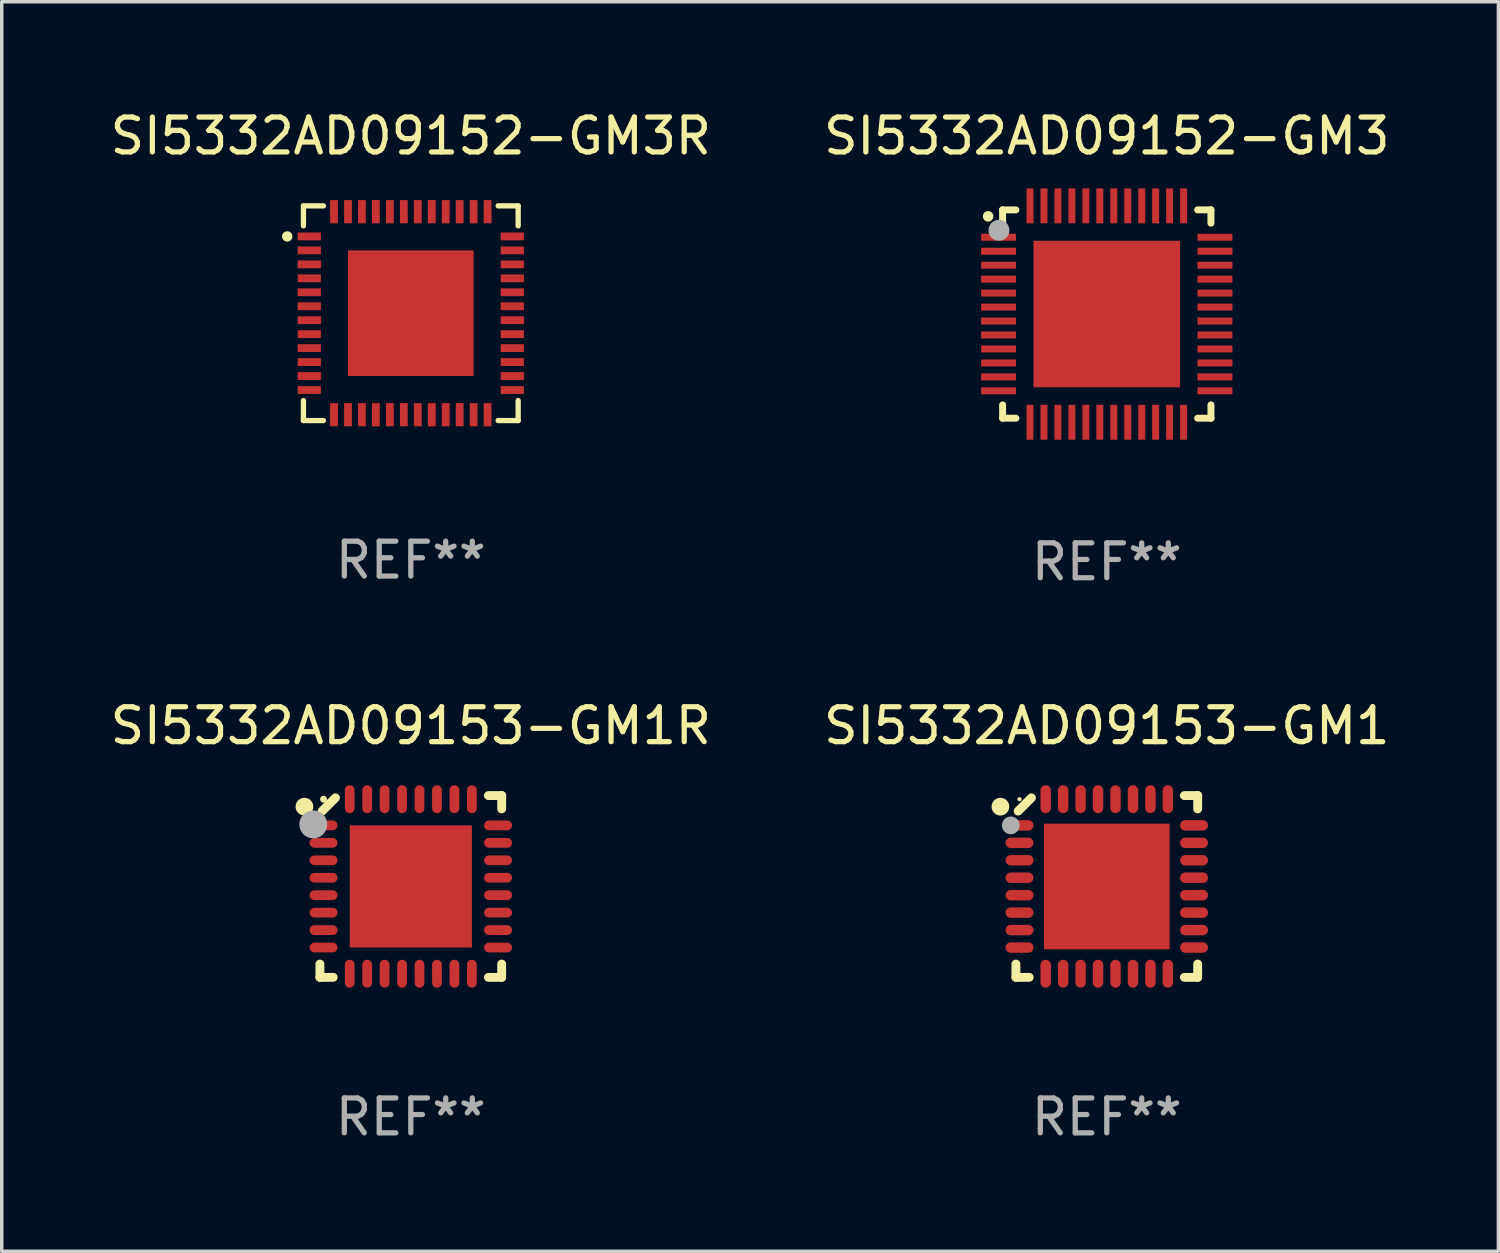
<source format=kicad_pcb>
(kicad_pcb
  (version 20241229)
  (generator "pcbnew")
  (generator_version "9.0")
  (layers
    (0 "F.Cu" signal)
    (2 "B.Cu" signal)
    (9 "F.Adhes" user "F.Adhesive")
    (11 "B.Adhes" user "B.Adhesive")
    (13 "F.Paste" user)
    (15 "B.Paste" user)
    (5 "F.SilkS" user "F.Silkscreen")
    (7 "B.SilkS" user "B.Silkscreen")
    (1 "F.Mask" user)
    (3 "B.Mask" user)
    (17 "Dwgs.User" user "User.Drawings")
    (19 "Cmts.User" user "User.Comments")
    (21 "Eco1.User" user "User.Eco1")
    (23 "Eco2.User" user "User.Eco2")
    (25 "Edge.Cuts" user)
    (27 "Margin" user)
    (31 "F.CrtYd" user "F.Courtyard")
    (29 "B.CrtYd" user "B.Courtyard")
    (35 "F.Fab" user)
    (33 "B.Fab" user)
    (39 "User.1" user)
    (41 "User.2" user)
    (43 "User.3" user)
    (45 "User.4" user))
  (footprint "SI5332AD09152-GM3"
    (layer "F.Cu")
    (at 28.661 5.948)
    (property "Reference" "SI5332AD09152-GM3" (at 0 -5.1 0) (layer "F.SilkS") (effects (font (size 1 1) (thickness 0.15))))
    (attr through_hole)
    (fp_line (start -2.985 -2.985) (end -2.604 -2.985) (stroke (width 0.2) (type solid)) (layer "F.SilkS"))
    (fp_line (start -2.985 -2.604) (end -2.985 -2.985) (stroke (width 0.2) (type solid)) (layer "F.SilkS"))
    (fp_line (start -2.985 2.984) (end -2.985 2.603) (stroke (width 0.2) (type solid)) (layer "F.SilkS"))
    (fp_line (start -2.604 2.984) (end -2.985 2.984) (stroke (width 0.2) (type solid)) (layer "F.SilkS"))
    (fp_line (start 2.603 -2.985) (end 2.984 -2.985) (stroke (width 0.2) (type solid)) (layer "F.SilkS"))
    (fp_line (start 2.984 -2.985) (end 2.984 -2.604) (stroke (width 0.2) (type solid)) (layer "F.SilkS"))
    (fp_line (start 2.984 2.603) (end 2.984 2.984) (stroke (width 0.2) (type solid)) (layer "F.SilkS"))
    (fp_line (start 2.984 2.984) (end 2.603 2.984) (stroke (width 0.2) (type solid)) (layer "F.SilkS"))
    (fp_arc (start -3.400076 -2.797562) (mid -3.400081 -2.798806) (end -3.400076 -2.800051) (stroke (width 0.3) (type solid)) (layer "F.SilkS"))
    (fp_circle (center -3 -3) (end -2.97 -3) (stroke (width 0.06) (type solid)) (fill no) (layer "F.SilkS"))
    (fp_circle (center -3.09 -2.4) (end -2.94 -2.4) (stroke (width 0.3) (type solid)) (fill no) (layer "F.Fab"))
    (fp_text user "REF**" (at 0 7.1 0) (layer "F.Fab") (effects (font (size 1 1) (thickness 0.15))))
    (pad "1" smd rect (at -3.1 -2.2) (size 1 0.2) (layers "F.Cu" "F.Mask" "F.Paste"))
    (pad "2" smd rect (at -3.1 -1.8) (size 1 0.2) (layers "F.Cu" "F.Mask" "F.Paste"))
    (pad "3" smd rect (at -3.1 -1.4) (size 1 0.2) (layers "F.Cu" "F.Mask" "F.Paste"))
    (pad "4" smd rect (at -3.1 -1) (size 1 0.2) (layers "F.Cu" "F.Mask" "F.Paste"))
    (pad "5" smd rect (at -3.1 -0.6) (size 1 0.2) (layers "F.Cu" "F.Mask" "F.Paste"))
    (pad "6" smd rect (at -3.1 -0.2) (size 1 0.2) (layers "F.Cu" "F.Mask" "F.Paste"))
    (pad "7" smd rect (at -3.1 0.2) (size 1 0.2) (layers "F.Cu" "F.Mask" "F.Paste"))
    (pad "8" smd rect (at -3.1 0.6) (size 1 0.2) (layers "F.Cu" "F.Mask" "F.Paste"))
    (pad "9" smd rect (at -3.1 1) (size 1 0.2) (layers "F.Cu" "F.Mask" "F.Paste"))
    (pad "10" smd rect (at -3.1 1.4) (size 1 0.2) (layers "F.Cu" "F.Mask" "F.Paste"))
    (pad "11" smd rect (at -3.1 1.8) (size 1 0.2) (layers "F.Cu" "F.Mask" "F.Paste"))
    (pad "12" smd rect (at -3.1 2.2) (size 1 0.2) (layers "F.Cu" "F.Mask" "F.Paste"))
    (pad "13" smd rect (at -2.2 3.1) (size 0.2 1) (layers "F.Cu" "F.Mask" "F.Paste"))
    (pad "14" smd rect (at -1.8 3.1) (size 0.2 1) (layers "F.Cu" "F.Mask" "F.Paste"))
    (pad "15" smd rect (at -1.4 3.1) (size 0.2 1) (layers "F.Cu" "F.Mask" "F.Paste"))
    (pad "16" smd rect (at -1 3.1) (size 0.2 1) (layers "F.Cu" "F.Mask" "F.Paste"))
    (pad "17" smd rect (at -0.6 3.1) (size 0.2 1) (layers "F.Cu" "F.Mask" "F.Paste"))
    (pad "18" smd rect (at -0.2 3.1) (size 0.2 1) (layers "F.Cu" "F.Mask" "F.Paste"))
    (pad "19" smd rect (at 0.2 3.1) (size 0.2 1) (layers "F.Cu" "F.Mask" "F.Paste"))
    (pad "20" smd rect (at 0.6 3.1) (size 0.2 1) (layers "F.Cu" "F.Mask" "F.Paste"))
    (pad "21" smd rect (at 1 3.1) (size 0.2 1) (layers "F.Cu" "F.Mask" "F.Paste"))
    (pad "22" smd rect (at 1.4 3.1) (size 0.2 1) (layers "F.Cu" "F.Mask" "F.Paste"))
    (pad "23" smd rect (at 1.8 3.1) (size 0.2 1) (layers "F.Cu" "F.Mask" "F.Paste"))
    (pad "24" smd rect (at 2.2 3.1) (size 0.2 1) (layers "F.Cu" "F.Mask" "F.Paste"))
    (pad "25" smd rect (at 3.1 2.2) (size 1 0.2) (layers "F.Cu" "F.Mask" "F.Paste"))
    (pad "26" smd rect (at 3.1 1.8) (size 1 0.2) (layers "F.Cu" "F.Mask" "F.Paste"))
    (pad "27" smd rect (at 3.1 1.4) (size 1 0.2) (layers "F.Cu" "F.Mask" "F.Paste"))
    (pad "28" smd rect (at 3.1 1) (size 1 0.2) (layers "F.Cu" "F.Mask" "F.Paste"))
    (pad "29" smd rect (at 3.1 0.6) (size 1 0.2) (layers "F.Cu" "F.Mask" "F.Paste"))
    (pad "30" smd rect (at 3.1 0.2) (size 1 0.2) (layers "F.Cu" "F.Mask" "F.Paste"))
    (pad "31" smd rect (at 3.1 -0.2) (size 1 0.2) (layers "F.Cu" "F.Mask" "F.Paste"))
    (pad "32" smd rect (at 3.1 -0.6) (size 1 0.2) (layers "F.Cu" "F.Mask" "F.Paste"))
    (pad "33" smd rect (at 3.1 -1) (size 1 0.2) (layers "F.Cu" "F.Mask" "F.Paste"))
    (pad "34" smd rect (at 3.1 -1.4) (size 1 0.2) (layers "F.Cu" "F.Mask" "F.Paste"))
    (pad "35" smd rect (at 3.1 -1.8) (size 1 0.2) (layers "F.Cu" "F.Mask" "F.Paste"))
    (pad "36" smd rect (at 3.1 -2.2) (size 1 0.2) (layers "F.Cu" "F.Mask" "F.Paste"))
    (pad "37" smd rect (at 2.2 -3.1) (size 0.2 1) (layers "F.Cu" "F.Mask" "F.Paste"))
    (pad "38" smd rect (at 1.8 -3.1) (size 0.2 1) (layers "F.Cu" "F.Mask" "F.Paste"))
    (pad "39" smd rect (at 1.4 -3.1) (size 0.2 1) (layers "F.Cu" "F.Mask" "F.Paste"))
    (pad "40" smd rect (at 1 -3.1) (size 0.2 1) (layers "F.Cu" "F.Mask" "F.Paste"))
    (pad "41" smd rect (at 0.6 -3.1) (size 0.2 1) (layers "F.Cu" "F.Mask" "F.Paste"))
    (pad "42" smd rect (at 0.2 -3.1) (size 0.2 1) (layers "F.Cu" "F.Mask" "F.Paste"))
    (pad "43" smd rect (at -0.2 -3.1) (size 0.2 1) (layers "F.Cu" "F.Mask" "F.Paste"))
    (pad "44" smd rect (at -0.6 -3.1) (size 0.2 1) (layers "F.Cu" "F.Mask" "F.Paste"))
    (pad "45" smd rect (at -1 -3.1) (size 0.2 1) (layers "F.Cu" "F.Mask" "F.Paste"))
    (pad "46" smd rect (at -1.4 -3.1) (size 0.2 1) (layers "F.Cu" "F.Mask" "F.Paste"))
    (pad "47" smd rect (at -1.8 -3.1) (size 0.2 1) (layers "F.Cu" "F.Mask" "F.Paste"))
    (pad "48" smd rect (at -2.2 -3.1) (size 0.2 1) (layers "F.Cu" "F.Mask" "F.Paste"))
    (pad "49" smd rect (at -0.000127 0) (size 4.2 4.2) (layers "F.Cu" "F.Mask" "F.Paste")))
  (footprint "SI5332AD09152-GM3R"
    (layer "F.Cu")
    (at 8.72 5.924)
    (property "Reference" "SI5332AD09152-GM3R" (at 0 -5.076 0) (layer "F.SilkS") (effects (font (size 1 1) (thickness 0.15))))
    (attr through_hole)
    (fp_line (start -3.076 -3.076) (end -3.076 -2.503) (stroke (width 0.152) (type solid)) (layer "F.SilkS"))
    (fp_line (start -3.076 3.076) (end -3.076 2.503) (stroke (width 0.152) (type solid)) (layer "F.SilkS"))
    (fp_line (start -2.503 -3.076) (end -3.076 -3.076) (stroke (width 0.152) (type solid)) (layer "F.SilkS"))
    (fp_line (start -2.503 3.076) (end -3.076 3.076) (stroke (width 0.152) (type solid)) (layer "F.SilkS"))
    (fp_line (start 2.503 -3.076) (end 3.076 -3.076) (stroke (width 0.152) (type solid)) (layer "F.SilkS"))
    (fp_line (start 2.503 3.076) (end 3.076 3.076) (stroke (width 0.152) (type solid)) (layer "F.SilkS"))
    (fp_line (start 3.076 -3.076) (end 3.076 -2.503) (stroke (width 0.152) (type solid)) (layer "F.SilkS"))
    (fp_line (start 3.076 3.076) (end 3.076 2.503) (stroke (width 0.152) (type solid)) (layer "F.SilkS"))
    (fp_circle (center -3.54 -2.2) (end -3.465 -2.2) (stroke (width 0.15) (type solid)) (fill no) (layer "F.SilkS"))
    (fp_text user "REF**" (at 0 7.076 0) (layer "F.Fab") (effects (font (size 1 1) (thickness 0.15))))
    (pad "1" smd rect (at -2.908 -2.2) (size 0.665 0.224) (layers "F.Cu" "F.Mask" "F.Paste"))
    (pad "2" smd rect (at -2.908 -1.8) (size 0.665 0.224) (layers "F.Cu" "F.Mask" "F.Paste"))
    (pad "3" smd rect (at -2.908 -1.4) (size 0.665 0.224) (layers "F.Cu" "F.Mask" "F.Paste"))
    (pad "4" smd rect (at -2.908 -1) (size 0.665 0.224) (layers "F.Cu" "F.Mask" "F.Paste"))
    (pad "5" smd rect (at -2.908 -0.6) (size 0.665 0.224) (layers "F.Cu" "F.Mask" "F.Paste"))
    (pad "6" smd rect (at -2.908 -0.2) (size 0.665 0.224) (layers "F.Cu" "F.Mask" "F.Paste"))
    (pad "7" smd rect (at -2.908 0.2) (size 0.665 0.224) (layers "F.Cu" "F.Mask" "F.Paste"))
    (pad "8" smd rect (at -2.908 0.6) (size 0.665 0.224) (layers "F.Cu" "F.Mask" "F.Paste"))
    (pad "9" smd rect (at -2.908 1) (size 0.665 0.224) (layers "F.Cu" "F.Mask" "F.Paste"))
    (pad "10" smd rect (at -2.908 1.4) (size 0.665 0.224) (layers "F.Cu" "F.Mask" "F.Paste"))
    (pad "11" smd rect (at -2.908 1.8) (size 0.665 0.224) (layers "F.Cu" "F.Mask" "F.Paste"))
    (pad "12" smd rect (at -2.908 2.2) (size 0.665 0.224) (layers "F.Cu" "F.Mask" "F.Paste"))
    (pad "13" smd rect (at -2.2 2.908) (size 0.224 0.665) (layers "F.Cu" "F.Mask" "F.Paste"))
    (pad "14" smd rect (at -1.8 2.908) (size 0.224 0.665) (layers "F.Cu" "F.Mask" "F.Paste"))
    (pad "15" smd rect (at -1.4 2.908) (size 0.224 0.665) (layers "F.Cu" "F.Mask" "F.Paste"))
    (pad "16" smd rect (at -1 2.908) (size 0.224 0.665) (layers "F.Cu" "F.Mask" "F.Paste"))
    (pad "17" smd rect (at -0.6 2.908) (size 0.224 0.665) (layers "F.Cu" "F.Mask" "F.Paste"))
    (pad "18" smd rect (at -0.2 2.908) (size 0.224 0.665) (layers "F.Cu" "F.Mask" "F.Paste"))
    (pad "19" smd rect (at 0.2 2.908) (size 0.224 0.665) (layers "F.Cu" "F.Mask" "F.Paste"))
    (pad "20" smd rect (at 0.6 2.908) (size 0.224 0.665) (layers "F.Cu" "F.Mask" "F.Paste"))
    (pad "21" smd rect (at 1 2.908) (size 0.224 0.665) (layers "F.Cu" "F.Mask" "F.Paste"))
    (pad "22" smd rect (at 1.4 2.908) (size 0.224 0.665) (layers "F.Cu" "F.Mask" "F.Paste"))
    (pad "23" smd rect (at 1.8 2.908) (size 0.224 0.665) (layers "F.Cu" "F.Mask" "F.Paste"))
    (pad "24" smd rect (at 2.2 2.908) (size 0.224 0.665) (layers "F.Cu" "F.Mask" "F.Paste"))
    (pad "25" smd rect (at 2.908 2.2) (size 0.665 0.224) (layers "F.Cu" "F.Mask" "F.Paste"))
    (pad "26" smd rect (at 2.908 1.8) (size 0.665 0.224) (layers "F.Cu" "F.Mask" "F.Paste"))
    (pad "27" smd rect (at 2.908 1.4) (size 0.665 0.224) (layers "F.Cu" "F.Mask" "F.Paste"))
    (pad "28" smd rect (at 2.908 1) (size 0.665 0.224) (layers "F.Cu" "F.Mask" "F.Paste"))
    (pad "29" smd rect (at 2.908 0.6) (size 0.665 0.224) (layers "F.Cu" "F.Mask" "F.Paste"))
    (pad "30" smd rect (at 2.908 0.2) (size 0.665 0.224) (layers "F.Cu" "F.Mask" "F.Paste"))
    (pad "31" smd rect (at 2.908 -0.2) (size 0.665 0.224) (layers "F.Cu" "F.Mask" "F.Paste"))
    (pad "32" smd rect (at 2.908 -0.6) (size 0.665 0.224) (layers "F.Cu" "F.Mask" "F.Paste"))
    (pad "33" smd rect (at 2.908 -1) (size 0.665 0.224) (layers "F.Cu" "F.Mask" "F.Paste"))
    (pad "34" smd rect (at 2.908 -1.4) (size 0.665 0.224) (layers "F.Cu" "F.Mask" "F.Paste"))
    (pad "35" smd rect (at 2.908 -1.8) (size 0.665 0.224) (layers "F.Cu" "F.Mask" "F.Paste"))
    (pad "36" smd rect (at 2.908 -2.2) (size 0.665 0.224) (layers "F.Cu" "F.Mask" "F.Paste"))
    (pad "37" smd rect (at 2.2 -2.908) (size 0.224 0.665) (layers "F.Cu" "F.Mask" "F.Paste"))
    (pad "38" smd rect (at 1.8 -2.908) (size 0.224 0.665) (layers "F.Cu" "F.Mask" "F.Paste"))
    (pad "39" smd rect (at 1.4 -2.908) (size 0.224 0.665) (layers "F.Cu" "F.Mask" "F.Paste"))
    (pad "40" smd rect (at 1 -2.908) (size 0.224 0.665) (layers "F.Cu" "F.Mask" "F.Paste"))
    (pad "41" smd rect (at 0.6 -2.908) (size 0.224 0.665) (layers "F.Cu" "F.Mask" "F.Paste"))
    (pad "42" smd rect (at 0.2 -2.908) (size 0.224 0.665) (layers "F.Cu" "F.Mask" "F.Paste"))
    (pad "43" smd rect (at -0.2 -2.908) (size 0.224 0.665) (layers "F.Cu" "F.Mask" "F.Paste"))
    (pad "44" smd rect (at -0.6 -2.908) (size 0.224 0.665) (layers "F.Cu" "F.Mask" "F.Paste"))
    (pad "45" smd rect (at -1 -2.908) (size 0.224 0.665) (layers "F.Cu" "F.Mask" "F.Paste"))
    (pad "46" smd rect (at -1.4 -2.908) (size 0.224 0.665) (layers "F.Cu" "F.Mask" "F.Paste"))
    (pad "47" smd rect (at -1.8 -2.908) (size 0.224 0.665) (layers "F.Cu" "F.Mask" "F.Paste"))
    (pad "48" smd rect (at -2.2 -2.908) (size 0.224 0.665) (layers "F.Cu" "F.Mask" "F.Paste"))
    (pad "49" smd rect (at 0 0) (size 3.6 3.6) (layers "F.Cu" "F.Mask" "F.Paste")))
  (footprint "SI5332AD09153-GM1"
    (layer "F.Cu")
    (at 28.661 22.348)
    (property "Reference" "SI5332AD09153-GM1" (at 0 -4.604 0) (layer "F.SilkS") (effects (font (size 1 1) (thickness 0.15))))
    (attr through_hole)
    (fp_line (start -2.604 2.223) (end -2.604 2.604) (stroke (width 0.254) (type solid)) (layer "F.SilkS"))
    (fp_line (start -2.604 2.604) (end -2.223 2.604) (stroke (width 0.254) (type solid)) (layer "F.SilkS"))
    (fp_line (start -2.159 -2.54) (end -2.54 -2.159) (stroke (width 0.254) (type solid)) (layer "F.SilkS"))
    (fp_line (start 2.223 2.604) (end 2.604 2.604) (stroke (width 0.254) (type solid)) (layer "F.SilkS"))
    (fp_line (start 2.604 -2.604) (end 2.223 -2.604) (stroke (width 0.254) (type solid)) (layer "F.SilkS"))
    (fp_line (start 2.604 -2.223) (end 2.604 -2.604) (stroke (width 0.254) (type solid)) (layer "F.SilkS"))
    (fp_line (start 2.604 2.604) (end 2.604 2.223) (stroke (width 0.254) (type solid)) (layer "F.SilkS"))
    (fp_circle (center -3.048 -2.286) (end -2.921 -2.286) (stroke (width 0.254) (type solid)) (fill no) (layer "F.SilkS"))
    (fp_circle (center -2.5 -2.5) (end -2.47 -2.5) (stroke (width 0.06) (type solid)) (fill no) (layer "F.SilkS"))
    (fp_circle (center -2.75 -1.75) (end -2.623 -1.75) (stroke (width 0.254) (type solid)) (fill no) (layer "F.Fab"))
    (fp_text user "REF**" (at 0 6.604 0) (layer "F.Fab") (effects (font (size 1 1) (thickness 0.15))))
    (pad "1" smd oval (at -2.5 -1.75) (size 0.8 0.3) (layers "F.Cu" "F.Mask" "F.Paste"))
    (pad "2" smd oval (at -2.5 -1.25) (size 0.8 0.3) (layers "F.Cu" "F.Mask" "F.Paste"))
    (pad "3" smd oval (at -2.5 -0.75) (size 0.8 0.3) (layers "F.Cu" "F.Mask" "F.Paste"))
    (pad "4" smd oval (at -2.5 -0.25) (size 0.8 0.3) (layers "F.Cu" "F.Mask" "F.Paste"))
    (pad "5" smd oval (at -2.5 0.25) (size 0.8 0.3) (layers "F.Cu" "F.Mask" "F.Paste"))
    (pad "6" smd oval (at -2.5 0.75) (size 0.8 0.3) (layers "F.Cu" "F.Mask" "F.Paste"))
    (pad "7" smd oval (at -2.5 1.25) (size 0.8 0.3) (layers "F.Cu" "F.Mask" "F.Paste"))
    (pad "8" smd oval (at -2.5 1.75) (size 0.8 0.3) (layers "F.Cu" "F.Mask" "F.Paste"))
    (pad "9" smd oval (at -1.75 2.5) (size 0.3 0.8) (layers "F.Cu" "F.Mask" "F.Paste"))
    (pad "10" smd oval (at -1.25 2.5) (size 0.3 0.8) (layers "F.Cu" "F.Mask" "F.Paste"))
    (pad "11" smd oval (at -0.75 2.5) (size 0.3 0.8) (layers "F.Cu" "F.Mask" "F.Paste"))
    (pad "12" smd oval (at -0.25 2.5) (size 0.3 0.8) (layers "F.Cu" "F.Mask" "F.Paste"))
    (pad "13" smd oval (at 0.25 2.5) (size 0.3 0.8) (layers "F.Cu" "F.Mask" "F.Paste"))
    (pad "14" smd oval (at 0.75 2.5) (size 0.3 0.8) (layers "F.Cu" "F.Mask" "F.Paste"))
    (pad "15" smd oval (at 1.25 2.5) (size 0.3 0.8) (layers "F.Cu" "F.Mask" "F.Paste"))
    (pad "16" smd oval (at 1.75 2.5) (size 0.3 0.8) (layers "F.Cu" "F.Mask" "F.Paste"))
    (pad "17" smd oval (at 2.5 1.75) (size 0.8 0.3) (layers "F.Cu" "F.Mask" "F.Paste"))
    (pad "18" smd oval (at 2.5 1.25) (size 0.8 0.3) (layers "F.Cu" "F.Mask" "F.Paste"))
    (pad "19" smd oval (at 2.5 0.75) (size 0.8 0.3) (layers "F.Cu" "F.Mask" "F.Paste"))
    (pad "20" smd oval (at 2.5 0.25) (size 0.8 0.3) (layers "F.Cu" "F.Mask" "F.Paste"))
    (pad "21" smd oval (at 2.5 -0.25) (size 0.8 0.3) (layers "F.Cu" "F.Mask" "F.Paste"))
    (pad "22" smd oval (at 2.5 -0.75) (size 0.8 0.3) (layers "F.Cu" "F.Mask" "F.Paste"))
    (pad "23" smd oval (at 2.5 -1.25) (size 0.8 0.3) (layers "F.Cu" "F.Mask" "F.Paste"))
    (pad "24" smd oval (at 2.5 -1.75) (size 0.8 0.3) (layers "F.Cu" "F.Mask" "F.Paste"))
    (pad "25" smd oval (at 1.75 -2.5) (size 0.3 0.8) (layers "F.Cu" "F.Mask" "F.Paste"))
    (pad "26" smd oval (at 1.25 -2.5) (size 0.3 0.8) (layers "F.Cu" "F.Mask" "F.Paste"))
    (pad "27" smd oval (at 0.75 -2.5) (size 0.3 0.8) (layers "F.Cu" "F.Mask" "F.Paste"))
    (pad "28" smd oval (at 0.25 -2.5) (size 0.3 0.8) (layers "F.Cu" "F.Mask" "F.Paste"))
    (pad "29" smd oval (at -0.25 -2.5) (size 0.3 0.8) (layers "F.Cu" "F.Mask" "F.Paste"))
    (pad "30" smd oval (at -0.75 -2.5) (size 0.3 0.8) (layers "F.Cu" "F.Mask" "F.Paste"))
    (pad "31" smd oval (at -1.25 -2.5) (size 0.3 0.8) (layers "F.Cu" "F.Mask" "F.Paste"))
    (pad "32" smd oval (at -1.75 -2.5) (size 0.3 0.8) (layers "F.Cu" "F.Mask" "F.Paste"))
    (pad "33" smd rect (at -0.000076 0) (size 3.6 3.6) (layers "F.Cu" "F.Mask" "F.Paste")))
  (footprint "SI5332AD09153-GM1R"
    (layer "F.Cu")
    (at 8.72 22.348)
    (property "Reference" "SI5332AD09153-GM1R" (at 0 -4.604 0) (layer "F.SilkS") (effects (font (size 1 1) (thickness 0.15))))
    (attr through_hole)
    (fp_line (start -2.604 2.223) (end -2.604 2.604) (stroke (width 0.254) (type solid)) (layer "F.SilkS"))
    (fp_line (start -2.604 2.604) (end -2.223 2.604) (stroke (width 0.254) (type solid)) (layer "F.SilkS"))
    (fp_line (start -2.159 -2.54) (end -2.54 -2.159) (stroke (width 0.254) (type solid)) (layer "F.SilkS"))
    (fp_line (start 2.223 2.604) (end 2.604 2.604) (stroke (width 0.254) (type solid)) (layer "F.SilkS"))
    (fp_line (start 2.604 -2.604) (end 2.223 -2.604) (stroke (width 0.254) (type solid)) (layer "F.SilkS"))
    (fp_line (start 2.604 -2.223) (end 2.604 -2.604) (stroke (width 0.254) (type solid)) (layer "F.SilkS"))
    (fp_line (start 2.604 2.604) (end 2.604 2.223) (stroke (width 0.254) (type solid)) (layer "F.SilkS"))
    (fp_circle (center -3.048 -2.286) (end -2.921 -2.286) (stroke (width 0.254) (type solid)) (fill no) (layer "F.SilkS"))
    (fp_circle (center -2.5 -2.5) (end -2.45 -2.5) (stroke (width 0.1) (type solid)) (fill no) (layer "F.SilkS"))
    (fp_circle (center -2.794 -1.778) (end -2.594 -1.778) (stroke (width 0.4) (type solid)) (fill no) (layer "F.Fab"))
    (fp_text user "REF**" (at 0 6.604 0) (layer "F.Fab") (effects (font (size 1 1) (thickness 0.15))))
    (pad "1" smd oval (at -2.5 -1.75) (size 0.8 0.28) (layers "F.Cu" "F.Mask" "F.Paste"))
    (pad "2" smd oval (at -2.5 -1.25) (size 0.8 0.28) (layers "F.Cu" "F.Mask" "F.Paste"))
    (pad "3" smd oval (at -2.5 -0.75) (size 0.8 0.28) (layers "F.Cu" "F.Mask" "F.Paste"))
    (pad "4" smd oval (at -2.5 -0.25) (size 0.8 0.28) (layers "F.Cu" "F.Mask" "F.Paste"))
    (pad "5" smd oval (at -2.5 0.25) (size 0.8 0.28) (layers "F.Cu" "F.Mask" "F.Paste"))
    (pad "6" smd oval (at -2.5 0.75) (size 0.8 0.28) (layers "F.Cu" "F.Mask" "F.Paste"))
    (pad "7" smd oval (at -2.5 1.25) (size 0.8 0.28) (layers "F.Cu" "F.Mask" "F.Paste"))
    (pad "8" smd oval (at -2.5 1.75) (size 0.8 0.28) (layers "F.Cu" "F.Mask" "F.Paste"))
    (pad "9" smd oval (at -1.75 2.5) (size 0.28 0.8) (layers "F.Cu" "F.Mask" "F.Paste"))
    (pad "10" smd oval (at -1.25 2.5) (size 0.28 0.8) (layers "F.Cu" "F.Mask" "F.Paste"))
    (pad "11" smd oval (at -0.75 2.5) (size 0.28 0.8) (layers "F.Cu" "F.Mask" "F.Paste"))
    (pad "12" smd oval (at -0.25 2.5) (size 0.28 0.8) (layers "F.Cu" "F.Mask" "F.Paste"))
    (pad "13" smd oval (at 0.25 2.5) (size 0.28 0.8) (layers "F.Cu" "F.Mask" "F.Paste"))
    (pad "14" smd oval (at 0.75 2.5) (size 0.28 0.8) (layers "F.Cu" "F.Mask" "F.Paste"))
    (pad "15" smd oval (at 1.25 2.5) (size 0.28 0.8) (layers "F.Cu" "F.Mask" "F.Paste"))
    (pad "16" smd oval (at 1.75 2.5) (size 0.28 0.8) (layers "F.Cu" "F.Mask" "F.Paste"))
    (pad "17" smd oval (at 2.5 1.75) (size 0.8 0.28) (layers "F.Cu" "F.Mask" "F.Paste"))
    (pad "18" smd oval (at 2.5 1.25) (size 0.8 0.28) (layers "F.Cu" "F.Mask" "F.Paste"))
    (pad "19" smd oval (at 2.5 0.75) (size 0.8 0.28) (layers "F.Cu" "F.Mask" "F.Paste"))
    (pad "20" smd oval (at 2.5 0.25) (size 0.8 0.28) (layers "F.Cu" "F.Mask" "F.Paste"))
    (pad "21" smd oval (at 2.5 -0.25) (size 0.8 0.28) (layers "F.Cu" "F.Mask" "F.Paste"))
    (pad "22" smd oval (at 2.5 -0.75) (size 0.8 0.28) (layers "F.Cu" "F.Mask" "F.Paste"))
    (pad "23" smd oval (at 2.5 -1.25) (size 0.8 0.28) (layers "F.Cu" "F.Mask" "F.Paste"))
    (pad "24" smd oval (at 2.5 -1.75) (size 0.8 0.28) (layers "F.Cu" "F.Mask" "F.Paste"))
    (pad "25" smd oval (at 1.75 -2.5) (size 0.28 0.8) (layers "F.Cu" "F.Mask" "F.Paste"))
    (pad "26" smd oval (at 1.25 -2.5) (size 0.28 0.8) (layers "F.Cu" "F.Mask" "F.Paste"))
    (pad "27" smd oval (at 0.75 -2.5) (size 0.28 0.8) (layers "F.Cu" "F.Mask" "F.Paste"))
    (pad "28" smd oval (at 0.25 -2.5) (size 0.28 0.8) (layers "F.Cu" "F.Mask" "F.Paste"))
    (pad "29" smd oval (at -0.25 -2.5) (size 0.28 0.8) (layers "F.Cu" "F.Mask" "F.Paste"))
    (pad "30" smd oval (at -0.75 -2.5) (size 0.28 0.8) (layers "F.Cu" "F.Mask" "F.Paste"))
    (pad "31" smd oval (at -1.25 -2.5) (size 0.28 0.8) (layers "F.Cu" "F.Mask" "F.Paste"))
    (pad "32" smd oval (at -1.75 -2.5) (size 0.28 0.8) (layers "F.Cu" "F.Mask" "F.Paste"))
    (pad "33" smd rect (at 0.000076 0.000076) (size 3.5 3.5) (layers "F.Cu" "F.Mask" "F.Paste")))
  (gr_rect
    (start -3 -3)
    (end 39.881 32.8)
    (stroke (width 0.1) (type default))
    (fill no)
    (layer "Edge.Cuts")))
</source>
